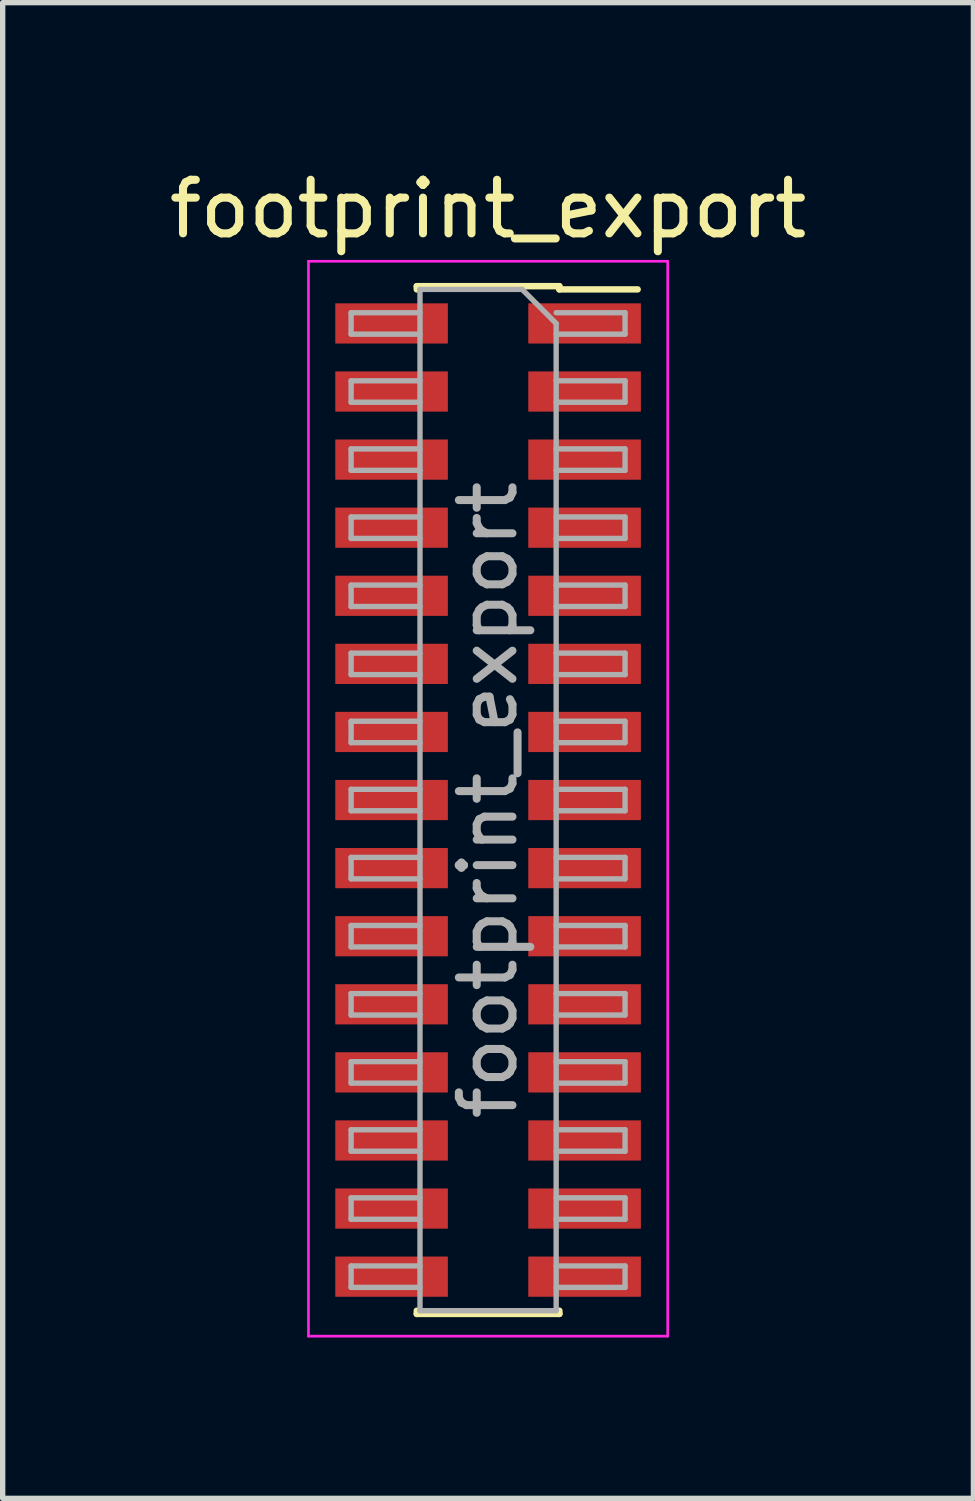
<source format=kicad_pcb>
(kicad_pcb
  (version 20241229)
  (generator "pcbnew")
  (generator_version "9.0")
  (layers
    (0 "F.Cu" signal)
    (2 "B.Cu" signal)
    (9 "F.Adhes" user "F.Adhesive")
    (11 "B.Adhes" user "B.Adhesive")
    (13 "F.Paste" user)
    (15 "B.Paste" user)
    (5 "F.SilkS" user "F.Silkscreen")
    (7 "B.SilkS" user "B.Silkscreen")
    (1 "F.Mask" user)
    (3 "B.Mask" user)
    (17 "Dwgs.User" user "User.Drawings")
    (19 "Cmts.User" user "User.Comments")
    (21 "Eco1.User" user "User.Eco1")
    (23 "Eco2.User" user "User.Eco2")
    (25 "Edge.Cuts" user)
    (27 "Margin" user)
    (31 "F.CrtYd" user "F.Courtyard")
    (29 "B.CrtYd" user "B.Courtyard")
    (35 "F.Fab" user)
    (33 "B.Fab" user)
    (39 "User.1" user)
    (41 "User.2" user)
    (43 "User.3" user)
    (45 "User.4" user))
  (footprint "footprint_export"
    (layer "F.Cu")
    (at 6.054 11.873)
    (property "Reference" "footprint_export" (at 0 -11.025 0) (layer "F.SilkS") (effects (font (size 1 1) (thickness 0.15))))
    (attr smd)
    (fp_line (start -1.33 -9.585) (end -1.33 -9.525) (stroke (width 0.12) (type solid)) (layer "F.SilkS"))
    (fp_line (start -1.33 -9.585) (end 1.33 -9.585) (stroke (width 0.12) (type solid)) (layer "F.SilkS"))
    (fp_line (start -1.33 9.525) (end -1.33 9.585) (stroke (width 0.12) (type solid)) (layer "F.SilkS"))
    (fp_line (start -1.33 9.585) (end 1.33 9.585) (stroke (width 0.12) (type solid)) (layer "F.SilkS"))
    (fp_line (start 1.33 -9.585) (end 1.33 -9.525) (stroke (width 0.12) (type solid)) (layer "F.SilkS"))
    (fp_line (start 1.33 -9.525) (end 2.79 -9.525) (stroke (width 0.12) (type solid)) (layer "F.SilkS"))
    (fp_line (start 1.33 9.525) (end 1.33 9.585) (stroke (width 0.12) (type solid)) (layer "F.SilkS"))
    (fp_line (start -3.35 -10.05) (end 3.35 -10.05) (stroke (width 0.05) (type solid)) (layer "F.CrtYd"))
    (fp_line (start -3.35 10) (end -3.35 -10.05) (stroke (width 0.05) (type solid)) (layer "F.CrtYd"))
    (fp_line (start 3.35 -10.05) (end 3.35 10) (stroke (width 0.05) (type solid)) (layer "F.CrtYd"))
    (fp_line (start 3.35 10) (end -3.35 10) (stroke (width 0.05) (type solid)) (layer "F.CrtYd"))
    (fp_line (start -2.555 -9.09) (end -1.27 -9.09) (stroke (width 0.1) (type solid)) (layer "F.Fab"))
    (fp_line (start -2.555 -8.69) (end -2.555 -9.09) (stroke (width 0.1) (type solid)) (layer "F.Fab"))
    (fp_line (start -2.555 -7.82) (end -1.27 -7.82) (stroke (width 0.1) (type solid)) (layer "F.Fab"))
    (fp_line (start -2.555 -7.42) (end -2.555 -7.82) (stroke (width 0.1) (type solid)) (layer "F.Fab"))
    (fp_line (start -2.555 -6.55) (end -1.27 -6.55) (stroke (width 0.1) (type solid)) (layer "F.Fab"))
    (fp_line (start -2.555 -6.15) (end -2.555 -6.55) (stroke (width 0.1) (type solid)) (layer "F.Fab"))
    (fp_line (start -2.555 -5.28) (end -1.27 -5.28) (stroke (width 0.1) (type solid)) (layer "F.Fab"))
    (fp_line (start -2.555 -4.88) (end -2.555 -5.28) (stroke (width 0.1) (type solid)) (layer "F.Fab"))
    (fp_line (start -2.555 -4.01) (end -1.27 -4.01) (stroke (width 0.1) (type solid)) (layer "F.Fab"))
    (fp_line (start -2.555 -3.61) (end -2.555 -4.01) (stroke (width 0.1) (type solid)) (layer "F.Fab"))
    (fp_line (start -2.555 -2.74) (end -1.27 -2.74) (stroke (width 0.1) (type solid)) (layer "F.Fab"))
    (fp_line (start -2.555 -2.34) (end -2.555 -2.74) (stroke (width 0.1) (type solid)) (layer "F.Fab"))
    (fp_line (start -2.555 -1.47) (end -1.27 -1.47) (stroke (width 0.1) (type solid)) (layer "F.Fab"))
    (fp_line (start -2.555 -1.07) (end -2.555 -1.47) (stroke (width 0.1) (type solid)) (layer "F.Fab"))
    (fp_line (start -2.555 -0.2) (end -1.27 -0.2) (stroke (width 0.1) (type solid)) (layer "F.Fab"))
    (fp_line (start -2.555 0.2) (end -2.555 -0.2) (stroke (width 0.1) (type solid)) (layer "F.Fab"))
    (fp_line (start -2.555 1.07) (end -1.27 1.07) (stroke (width 0.1) (type solid)) (layer "F.Fab"))
    (fp_line (start -2.555 1.47) (end -2.555 1.07) (stroke (width 0.1) (type solid)) (layer "F.Fab"))
    (fp_line (start -2.555 2.34) (end -1.27 2.34) (stroke (width 0.1) (type solid)) (layer "F.Fab"))
    (fp_line (start -2.555 2.74) (end -2.555 2.34) (stroke (width 0.1) (type solid)) (layer "F.Fab"))
    (fp_line (start -2.555 3.61) (end -1.27 3.61) (stroke (width 0.1) (type solid)) (layer "F.Fab"))
    (fp_line (start -2.555 4.01) (end -2.555 3.61) (stroke (width 0.1) (type solid)) (layer "F.Fab"))
    (fp_line (start -2.555 4.88) (end -1.27 4.88) (stroke (width 0.1) (type solid)) (layer "F.Fab"))
    (fp_line (start -2.555 5.28) (end -2.555 4.88) (stroke (width 0.1) (type solid)) (layer "F.Fab"))
    (fp_line (start -2.555 6.15) (end -1.27 6.15) (stroke (width 0.1) (type solid)) (layer "F.Fab"))
    (fp_line (start -2.555 6.55) (end -2.555 6.15) (stroke (width 0.1) (type solid)) (layer "F.Fab"))
    (fp_line (start -2.555 7.42) (end -1.27 7.42) (stroke (width 0.1) (type solid)) (layer "F.Fab"))
    (fp_line (start -2.555 7.82) (end -2.555 7.42) (stroke (width 0.1) (type solid)) (layer "F.Fab"))
    (fp_line (start -2.555 8.69) (end -1.27 8.69) (stroke (width 0.1) (type solid)) (layer "F.Fab"))
    (fp_line (start -2.555 9.09) (end -2.555 8.69) (stroke (width 0.1) (type solid)) (layer "F.Fab"))
    (fp_line (start -1.27 -9.525) (end 0.635 -9.525) (stroke (width 0.1) (type solid)) (layer "F.Fab"))
    (fp_line (start -1.27 -8.69) (end -2.555 -8.69) (stroke (width 0.1) (type solid)) (layer "F.Fab"))
    (fp_line (start -1.27 -7.42) (end -2.555 -7.42) (stroke (width 0.1) (type solid)) (layer "F.Fab"))
    (fp_line (start -1.27 -6.15) (end -2.555 -6.15) (stroke (width 0.1) (type solid)) (layer "F.Fab"))
    (fp_line (start -1.27 -4.88) (end -2.555 -4.88) (stroke (width 0.1) (type solid)) (layer "F.Fab"))
    (fp_line (start -1.27 -3.61) (end -2.555 -3.61) (stroke (width 0.1) (type solid)) (layer "F.Fab"))
    (fp_line (start -1.27 -2.34) (end -2.555 -2.34) (stroke (width 0.1) (type solid)) (layer "F.Fab"))
    (fp_line (start -1.27 -1.07) (end -2.555 -1.07) (stroke (width 0.1) (type solid)) (layer "F.Fab"))
    (fp_line (start -1.27 0.2) (end -2.555 0.2) (stroke (width 0.1) (type solid)) (layer "F.Fab"))
    (fp_line (start -1.27 1.47) (end -2.555 1.47) (stroke (width 0.1) (type solid)) (layer "F.Fab"))
    (fp_line (start -1.27 2.74) (end -2.555 2.74) (stroke (width 0.1) (type solid)) (layer "F.Fab"))
    (fp_line (start -1.27 4.01) (end -2.555 4.01) (stroke (width 0.1) (type solid)) (layer "F.Fab"))
    (fp_line (start -1.27 5.28) (end -2.555 5.28) (stroke (width 0.1) (type solid)) (layer "F.Fab"))
    (fp_line (start -1.27 6.55) (end -2.555 6.55) (stroke (width 0.1) (type solid)) (layer "F.Fab"))
    (fp_line (start -1.27 7.82) (end -2.555 7.82) (stroke (width 0.1) (type solid)) (layer "F.Fab"))
    (fp_line (start -1.27 9.09) (end -2.555 9.09) (stroke (width 0.1) (type solid)) (layer "F.Fab"))
    (fp_line (start -1.27 9.525) (end -1.27 -9.525) (stroke (width 0.1) (type solid)) (layer "F.Fab"))
    (fp_line (start 0.635 -9.525) (end 1.27 -8.89) (stroke (width 0.1) (type solid)) (layer "F.Fab"))
    (fp_line (start 1.27 -9.09) (end 2.555 -9.09) (stroke (width 0.1) (type solid)) (layer "F.Fab"))
    (fp_line (start 1.27 -8.89) (end 1.27 9.525) (stroke (width 0.1) (type solid)) (layer "F.Fab"))
    (fp_line (start 1.27 -7.82) (end 2.555 -7.82) (stroke (width 0.1) (type solid)) (layer "F.Fab"))
    (fp_line (start 1.27 -6.55) (end 2.555 -6.55) (stroke (width 0.1) (type solid)) (layer "F.Fab"))
    (fp_line (start 1.27 -5.28) (end 2.555 -5.28) (stroke (width 0.1) (type solid)) (layer "F.Fab"))
    (fp_line (start 1.27 -4.01) (end 2.555 -4.01) (stroke (width 0.1) (type solid)) (layer "F.Fab"))
    (fp_line (start 1.27 -2.74) (end 2.555 -2.74) (stroke (width 0.1) (type solid)) (layer "F.Fab"))
    (fp_line (start 1.27 -1.47) (end 2.555 -1.47) (stroke (width 0.1) (type solid)) (layer "F.Fab"))
    (fp_line (start 1.27 -0.2) (end 2.555 -0.2) (stroke (width 0.1) (type solid)) (layer "F.Fab"))
    (fp_line (start 1.27 1.07) (end 2.555 1.07) (stroke (width 0.1) (type solid)) (layer "F.Fab"))
    (fp_line (start 1.27 2.34) (end 2.555 2.34) (stroke (width 0.1) (type solid)) (layer "F.Fab"))
    (fp_line (start 1.27 3.61) (end 2.555 3.61) (stroke (width 0.1) (type solid)) (layer "F.Fab"))
    (fp_line (start 1.27 4.88) (end 2.555 4.88) (stroke (width 0.1) (type solid)) (layer "F.Fab"))
    (fp_line (start 1.27 6.15) (end 2.555 6.15) (stroke (width 0.1) (type solid)) (layer "F.Fab"))
    (fp_line (start 1.27 7.42) (end 2.555 7.42) (stroke (width 0.1) (type solid)) (layer "F.Fab"))
    (fp_line (start 1.27 8.69) (end 2.555 8.69) (stroke (width 0.1) (type solid)) (layer "F.Fab"))
    (fp_line (start 1.27 9.525) (end -1.27 9.525) (stroke (width 0.1) (type solid)) (layer "F.Fab"))
    (fp_line (start 2.555 -9.09) (end 2.555 -8.69) (stroke (width 0.1) (type solid)) (layer "F.Fab"))
    (fp_line (start 2.555 -8.69) (end 1.27 -8.69) (stroke (width 0.1) (type solid)) (layer "F.Fab"))
    (fp_line (start 2.555 -7.82) (end 2.555 -7.42) (stroke (width 0.1) (type solid)) (layer "F.Fab"))
    (fp_line (start 2.555 -7.42) (end 1.27 -7.42) (stroke (width 0.1) (type solid)) (layer "F.Fab"))
    (fp_line (start 2.555 -6.55) (end 2.555 -6.15) (stroke (width 0.1) (type solid)) (layer "F.Fab"))
    (fp_line (start 2.555 -6.15) (end 1.27 -6.15) (stroke (width 0.1) (type solid)) (layer "F.Fab"))
    (fp_line (start 2.555 -5.28) (end 2.555 -4.88) (stroke (width 0.1) (type solid)) (layer "F.Fab"))
    (fp_line (start 2.555 -4.88) (end 1.27 -4.88) (stroke (width 0.1) (type solid)) (layer "F.Fab"))
    (fp_line (start 2.555 -4.01) (end 2.555 -3.61) (stroke (width 0.1) (type solid)) (layer "F.Fab"))
    (fp_line (start 2.555 -3.61) (end 1.27 -3.61) (stroke (width 0.1) (type solid)) (layer "F.Fab"))
    (fp_line (start 2.555 -2.74) (end 2.555 -2.34) (stroke (width 0.1) (type solid)) (layer "F.Fab"))
    (fp_line (start 2.555 -2.34) (end 1.27 -2.34) (stroke (width 0.1) (type solid)) (layer "F.Fab"))
    (fp_line (start 2.555 -1.47) (end 2.555 -1.07) (stroke (width 0.1) (type solid)) (layer "F.Fab"))
    (fp_line (start 2.555 -1.07) (end 1.27 -1.07) (stroke (width 0.1) (type solid)) (layer "F.Fab"))
    (fp_line (start 2.555 -0.2) (end 2.555 0.2) (stroke (width 0.1) (type solid)) (layer "F.Fab"))
    (fp_line (start 2.555 0.2) (end 1.27 0.2) (stroke (width 0.1) (type solid)) (layer "F.Fab"))
    (fp_line (start 2.555 1.07) (end 2.555 1.47) (stroke (width 0.1) (type solid)) (layer "F.Fab"))
    (fp_line (start 2.555 1.47) (end 1.27 1.47) (stroke (width 0.1) (type solid)) (layer "F.Fab"))
    (fp_line (start 2.555 2.34) (end 2.555 2.74) (stroke (width 0.1) (type solid)) (layer "F.Fab"))
    (fp_line (start 2.555 2.74) (end 1.27 2.74) (stroke (width 0.1) (type solid)) (layer "F.Fab"))
    (fp_line (start 2.555 3.61) (end 2.555 4.01) (stroke (width 0.1) (type solid)) (layer "F.Fab"))
    (fp_line (start 2.555 4.01) (end 1.27 4.01) (stroke (width 0.1) (type solid)) (layer "F.Fab"))
    (fp_line (start 2.555 4.88) (end 2.555 5.28) (stroke (width 0.1) (type solid)) (layer "F.Fab"))
    (fp_line (start 2.555 5.28) (end 1.27 5.28) (stroke (width 0.1) (type solid)) (layer "F.Fab"))
    (fp_line (start 2.555 6.15) (end 2.555 6.55) (stroke (width 0.1) (type solid)) (layer "F.Fab"))
    (fp_line (start 2.555 6.55) (end 1.27 6.55) (stroke (width 0.1) (type solid)) (layer "F.Fab"))
    (fp_line (start 2.555 7.42) (end 2.555 7.82) (stroke (width 0.1) (type solid)) (layer "F.Fab"))
    (fp_line (start 2.555 7.82) (end 1.27 7.82) (stroke (width 0.1) (type solid)) (layer "F.Fab"))
    (fp_line (start 2.555 8.69) (end 2.555 9.09) (stroke (width 0.1) (type solid)) (layer "F.Fab"))
    (fp_line (start 2.555 9.09) (end 1.27 9.09) (stroke (width 0.1) (type solid)) (layer "F.Fab"))
    (fp_text user "${REFERENCE}" (at 0 0 90) (layer "F.Fab") (effects (font (size 1 1) (thickness 0.15))))
    (pad "1" smd rect (at 1.8 -8.89) (size 2.1 0.75) (layers "F.Cu" "F.Mask" "F.Paste"))
    (pad "2" smd rect (at -1.8 -8.89) (size 2.1 0.75) (layers "F.Cu" "F.Mask" "F.Paste"))
    (pad "3" smd rect (at 1.8 -7.62) (size 2.1 0.75) (layers "F.Cu" "F.Mask" "F.Paste"))
    (pad "4" smd rect (at -1.8 -7.62) (size 2.1 0.75) (layers "F.Cu" "F.Mask" "F.Paste"))
    (pad "5" smd rect (at 1.8 -6.35) (size 2.1 0.75) (layers "F.Cu" "F.Mask" "F.Paste"))
    (pad "6" smd rect (at -1.8 -6.35) (size 2.1 0.75) (layers "F.Cu" "F.Mask" "F.Paste"))
    (pad "7" smd rect (at 1.8 -5.08) (size 2.1 0.75) (layers "F.Cu" "F.Mask" "F.Paste"))
    (pad "8" smd rect (at -1.8 -5.08) (size 2.1 0.75) (layers "F.Cu" "F.Mask" "F.Paste"))
    (pad "9" smd rect (at 1.8 -3.81) (size 2.1 0.75) (layers "F.Cu" "F.Mask" "F.Paste"))
    (pad "10" smd rect (at -1.8 -3.81) (size 2.1 0.75) (layers "F.Cu" "F.Mask" "F.Paste"))
    (pad "11" smd rect (at 1.8 -2.54) (size 2.1 0.75) (layers "F.Cu" "F.Mask" "F.Paste"))
    (pad "12" smd rect (at -1.8 -2.54) (size 2.1 0.75) (layers "F.Cu" "F.Mask" "F.Paste"))
    (pad "13" smd rect (at 1.8 -1.27) (size 2.1 0.75) (layers "F.Cu" "F.Mask" "F.Paste"))
    (pad "14" smd rect (at -1.8 -1.27) (size 2.1 0.75) (layers "F.Cu" "F.Mask" "F.Paste"))
    (pad "15" smd rect (at 1.8 0) (size 2.1 0.75) (layers "F.Cu" "F.Mask" "F.Paste"))
    (pad "16" smd rect (at -1.8 0) (size 2.1 0.75) (layers "F.Cu" "F.Mask" "F.Paste"))
    (pad "17" smd rect (at 1.8 1.27) (size 2.1 0.75) (layers "F.Cu" "F.Mask" "F.Paste"))
    (pad "18" smd rect (at -1.8 1.27) (size 2.1 0.75) (layers "F.Cu" "F.Mask" "F.Paste"))
    (pad "19" smd rect (at 1.8 2.54) (size 2.1 0.75) (layers "F.Cu" "F.Mask" "F.Paste"))
    (pad "20" smd rect (at -1.8 2.54) (size 2.1 0.75) (layers "F.Cu" "F.Mask" "F.Paste"))
    (pad "21" smd rect (at 1.8 3.81) (size 2.1 0.75) (layers "F.Cu" "F.Mask" "F.Paste"))
    (pad "22" smd rect (at -1.8 3.81) (size 2.1 0.75) (layers "F.Cu" "F.Mask" "F.Paste"))
    (pad "23" smd rect (at 1.8 5.08) (size 2.1 0.75) (layers "F.Cu" "F.Mask" "F.Paste"))
    (pad "24" smd rect (at -1.8 5.08) (size 2.1 0.75) (layers "F.Cu" "F.Mask" "F.Paste"))
    (pad "25" smd rect (at 1.8 6.35) (size 2.1 0.75) (layers "F.Cu" "F.Mask" "F.Paste"))
    (pad "26" smd rect (at -1.8 6.35) (size 2.1 0.75) (layers "F.Cu" "F.Mask" "F.Paste"))
    (pad "27" smd rect (at 1.8 7.62) (size 2.1 0.75) (layers "F.Cu" "F.Mask" "F.Paste"))
    (pad "28" smd rect (at -1.8 7.62) (size 2.1 0.75) (layers "F.Cu" "F.Mask" "F.Paste"))
    (pad "29" smd rect (at 1.8 8.89) (size 2.1 0.75) (layers "F.Cu" "F.Mask" "F.Paste"))
    (pad "30" smd rect (at -1.8 8.89) (size 2.1 0.75) (layers "F.Cu" "F.Mask" "F.Paste")))
  (gr_rect
    (start -3 -3)
    (end 15.107 24.898)
    (stroke (width 0.1) (type default))
    (fill no)
    (layer "Edge.Cuts")))
</source>
